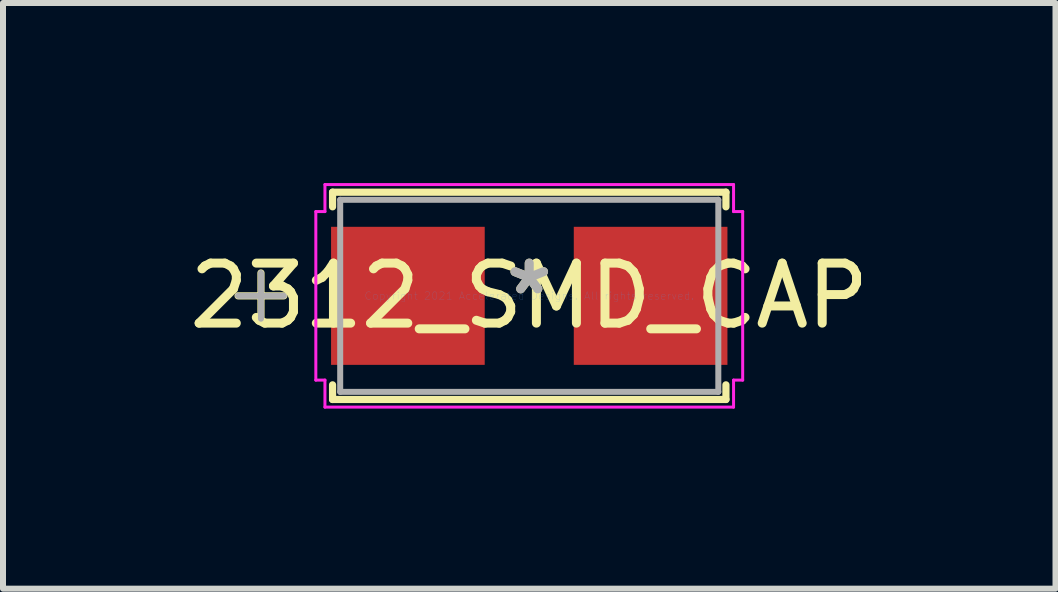
<source format=kicad_pcb>
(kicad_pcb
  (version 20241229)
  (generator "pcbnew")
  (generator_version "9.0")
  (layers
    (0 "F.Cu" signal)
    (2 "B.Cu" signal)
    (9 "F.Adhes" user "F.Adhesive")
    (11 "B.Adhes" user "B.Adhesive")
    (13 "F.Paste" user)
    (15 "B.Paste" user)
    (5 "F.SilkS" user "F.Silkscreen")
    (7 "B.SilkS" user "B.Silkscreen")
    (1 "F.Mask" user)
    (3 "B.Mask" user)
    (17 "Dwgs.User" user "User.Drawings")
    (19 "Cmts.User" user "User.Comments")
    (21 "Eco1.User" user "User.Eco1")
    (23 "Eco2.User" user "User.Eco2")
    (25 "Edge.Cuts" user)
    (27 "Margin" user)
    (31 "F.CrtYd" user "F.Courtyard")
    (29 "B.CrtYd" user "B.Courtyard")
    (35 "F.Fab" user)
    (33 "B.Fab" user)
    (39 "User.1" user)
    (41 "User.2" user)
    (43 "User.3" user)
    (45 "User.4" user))
  (footprint "2312_SMD_CAP"
    (layer "F.Cu")
    (at 5.768 1.879)
    (property "Reference" "2312_SMD_CAP" (at 0 0 0) (layer "F.SilkS") (effects (font (size 1 1) (thickness 0.15))))
    (attr through_hole)
    (fp_line (start -4.47 -0.381) (end -4.47 0.381) (stroke (width 0.12) (type solid)) (layer "F.SilkS"))
    (fp_line (start -4.089 0) (end -4.851 0) (stroke (width 0.12) (type solid)) (layer "F.SilkS"))
    (fp_line (start -3.277 -1.727) (end -3.277 -1.483) (stroke (width 0.12) (type solid)) (layer "F.SilkS"))
    (fp_line (start -3.277 1.483) (end -3.277 1.727) (stroke (width 0.12) (type solid)) (layer "F.SilkS"))
    (fp_line (start -3.277 1.727) (end 3.277 1.727) (stroke (width 0.12) (type solid)) (layer "F.SilkS"))
    (fp_line (start 3.277 -1.727) (end -3.277 -1.727) (stroke (width 0.12) (type solid)) (layer "F.SilkS"))
    (fp_line (start 3.277 -1.483) (end 3.277 -1.727) (stroke (width 0.12) (type solid)) (layer "F.SilkS"))
    (fp_line (start 3.277 1.727) (end 3.277 1.483) (stroke (width 0.12) (type solid)) (layer "F.SilkS"))
    (fp_line (start -3.556 -1.404) (end -3.404 -1.404) (stroke (width 0.05) (type solid)) (layer "F.CrtYd"))
    (fp_line (start -3.556 1.404) (end -3.556 -1.404) (stroke (width 0.05) (type solid)) (layer "F.CrtYd"))
    (fp_line (start -3.404 -1.854) (end 3.404 -1.854) (stroke (width 0.05) (type solid)) (layer "F.CrtYd"))
    (fp_line (start -3.404 -1.404) (end -3.404 -1.854) (stroke (width 0.05) (type solid)) (layer "F.CrtYd"))
    (fp_line (start -3.404 1.404) (end -3.556 1.404) (stroke (width 0.05) (type solid)) (layer "F.CrtYd"))
    (fp_line (start -3.404 1.854) (end -3.404 1.404) (stroke (width 0.05) (type solid)) (layer "F.CrtYd"))
    (fp_line (start 3.404 -1.854) (end 3.404 -1.404) (stroke (width 0.05) (type solid)) (layer "F.CrtYd"))
    (fp_line (start 3.404 -1.404) (end 3.556 -1.404) (stroke (width 0.05) (type solid)) (layer "F.CrtYd"))
    (fp_line (start 3.404 1.404) (end 3.404 1.854) (stroke (width 0.05) (type solid)) (layer "F.CrtYd"))
    (fp_line (start 3.404 1.854) (end -3.404 1.854) (stroke (width 0.05) (type solid)) (layer "F.CrtYd"))
    (fp_line (start 3.556 -1.404) (end 3.556 1.404) (stroke (width 0.05) (type solid)) (layer "F.CrtYd"))
    (fp_line (start 3.556 1.404) (end 3.404 1.404) (stroke (width 0.05) (type solid)) (layer "F.CrtYd"))
    (fp_line (start -4.47 -0.381) (end -4.47 0.381) (stroke (width 0.1) (type solid)) (layer "F.Fab"))
    (fp_line (start -4.089 0) (end -4.851 0) (stroke (width 0.1) (type solid)) (layer "F.Fab"))
    (fp_line (start -3.15 -1.6) (end -3.15 1.6) (stroke (width 0.1) (type solid)) (layer "F.Fab"))
    (fp_line (start -3.15 1.6) (end 3.15 1.6) (stroke (width 0.1) (type solid)) (layer "F.Fab"))
    (fp_line (start 3.15 -1.6) (end -3.15 -1.6) (stroke (width 0.1) (type solid)) (layer "F.Fab"))
    (fp_line (start 3.15 1.6) (end 3.15 -1.6) (stroke (width 0.1) (type solid)) (layer "F.Fab"))
    (fp_text user "*" (at 0 0 0) (layer "F.SilkS") (effects (font (size 1 1) (thickness 0.15))))
    (fp_text user "Copyright 2021 Accelerated Designs. All rights reserved." (at 0 0 0) (layer "Cmts.User") (effects (font (size 0.127 0.127) (thickness 0.002))))
    (fp_text user "*" (at 0 0 0) (layer "F.Fab") (effects (font (size 1 1) (thickness 0.15))))
    (pad "1" smd rect (at -2.022 0 90) (size 2.3 2.56) (layers "F.Cu" "F.Mask" "F.Paste"))
    (pad "2" smd rect (at 2.022 0 90) (size 2.3 2.56) (layers "F.Cu" "F.Mask" "F.Paste")))
  (gr_rect
    (start -3 -3)
    (end 14.536 6.758)
    (stroke (width 0.1) (type default))
    (fill no)
    (layer "Edge.Cuts")))
</source>
